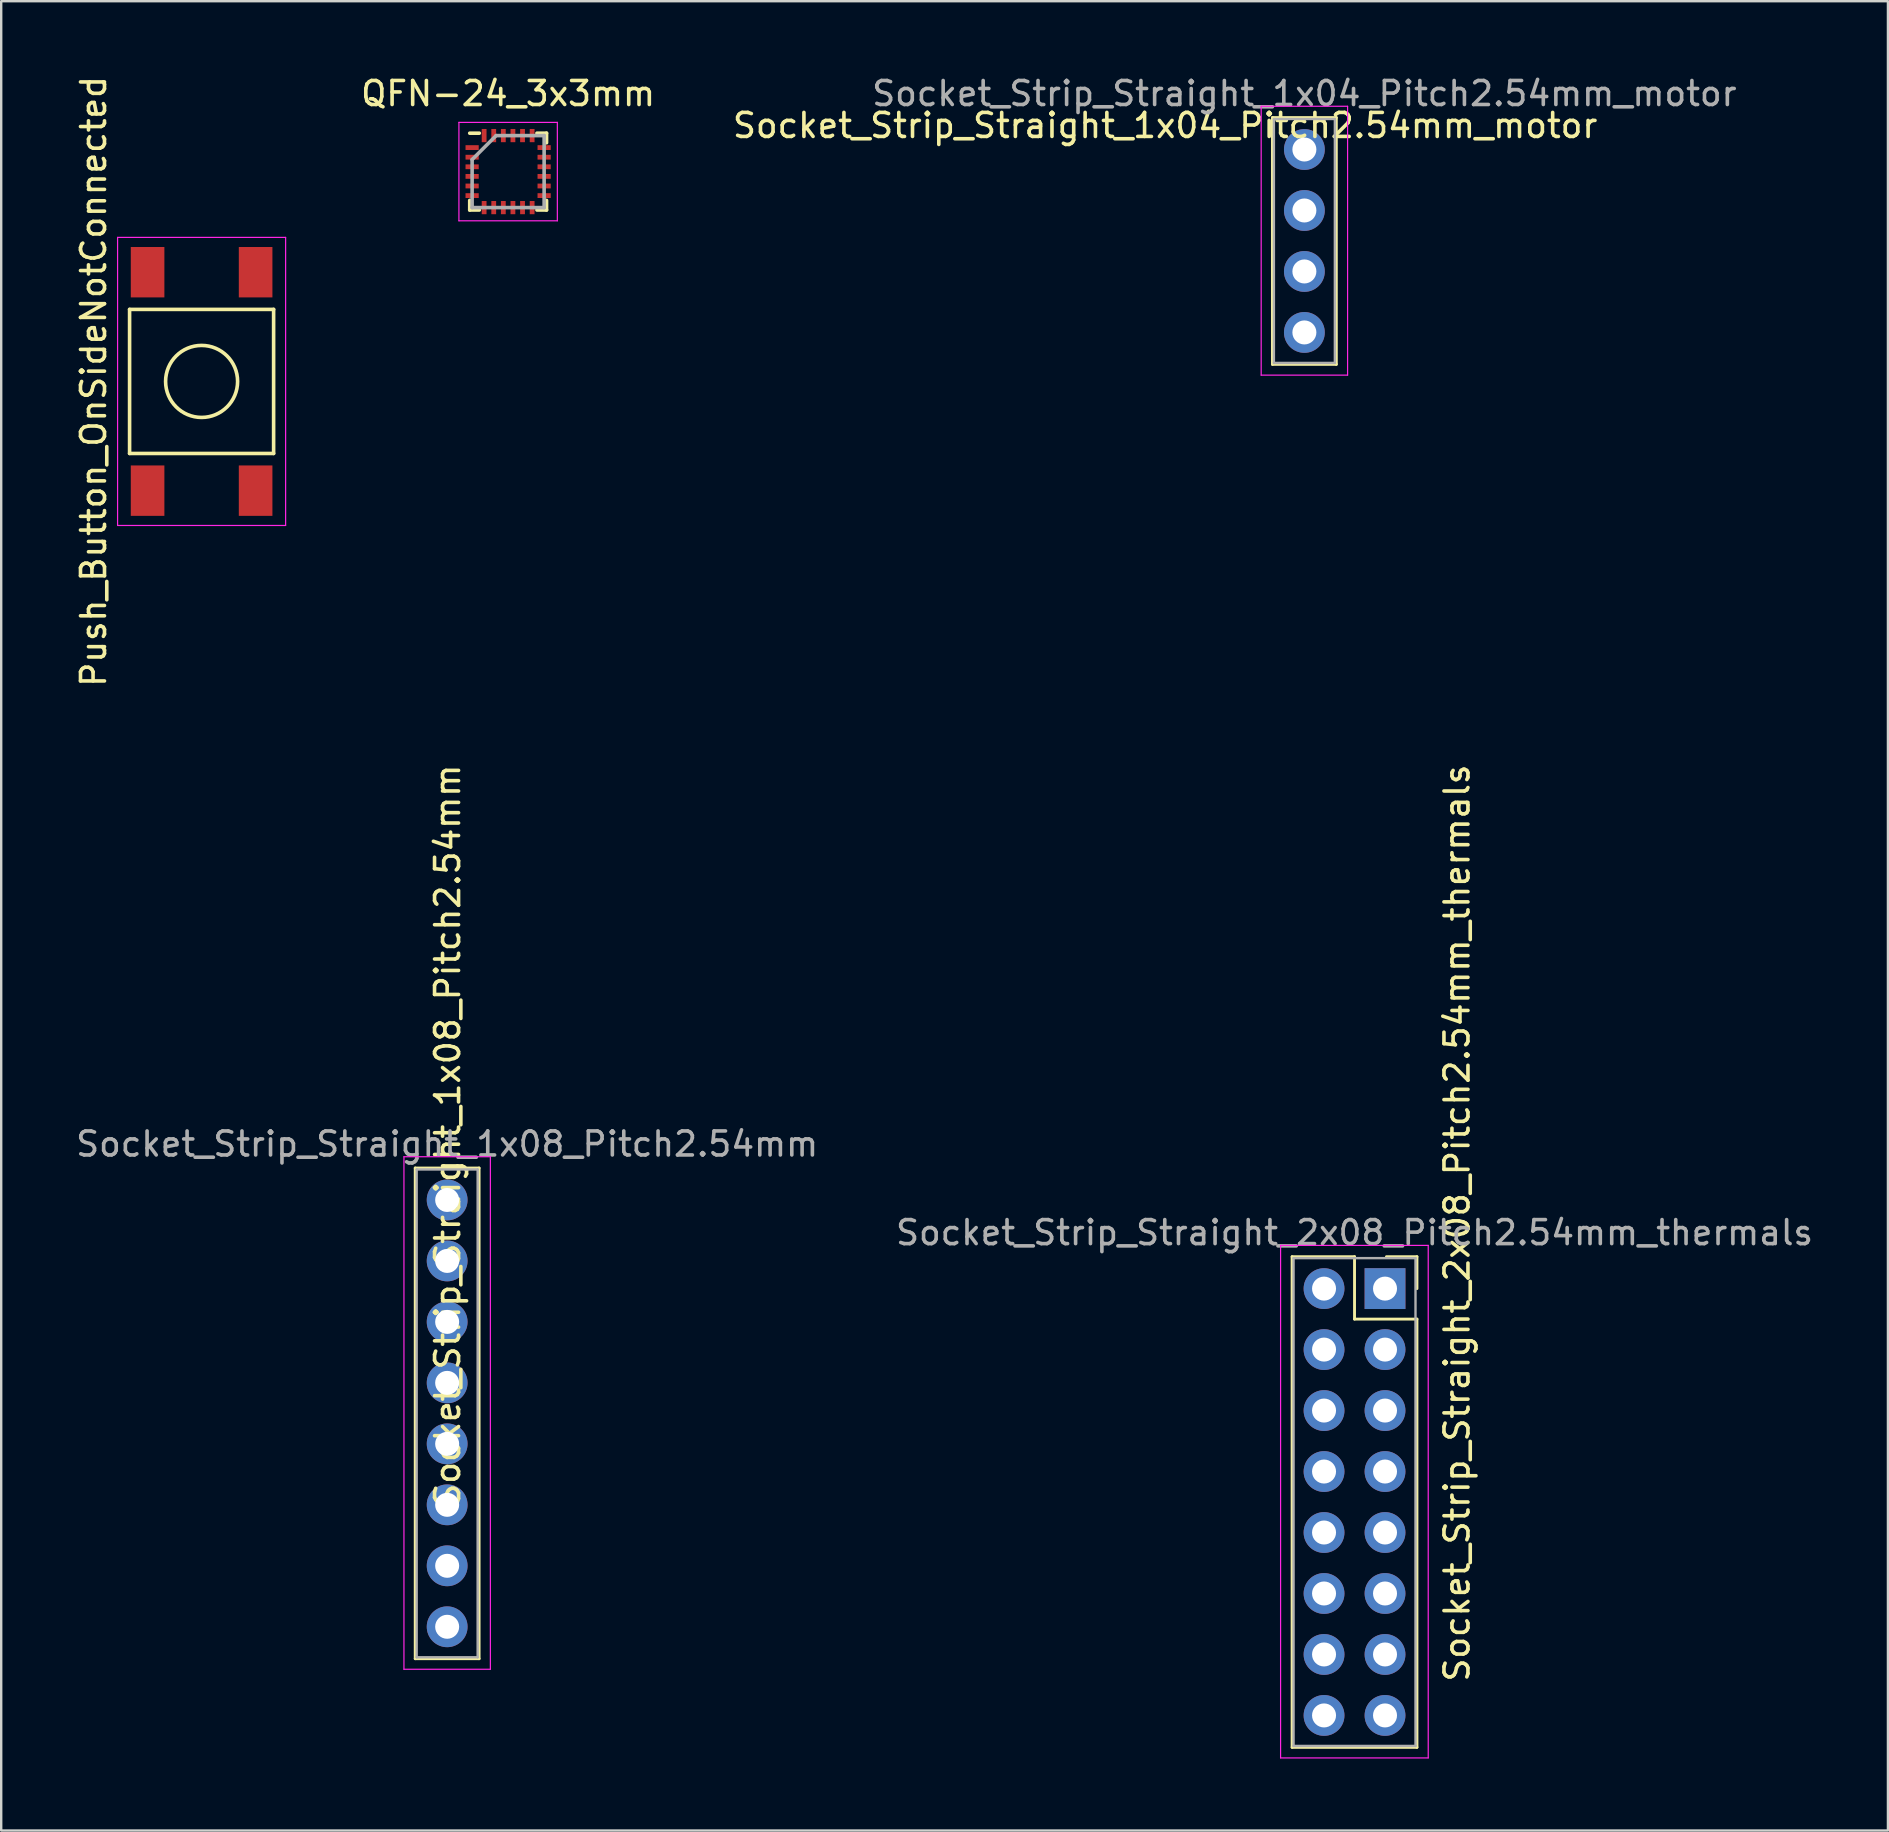
<source format=kicad_pcb>
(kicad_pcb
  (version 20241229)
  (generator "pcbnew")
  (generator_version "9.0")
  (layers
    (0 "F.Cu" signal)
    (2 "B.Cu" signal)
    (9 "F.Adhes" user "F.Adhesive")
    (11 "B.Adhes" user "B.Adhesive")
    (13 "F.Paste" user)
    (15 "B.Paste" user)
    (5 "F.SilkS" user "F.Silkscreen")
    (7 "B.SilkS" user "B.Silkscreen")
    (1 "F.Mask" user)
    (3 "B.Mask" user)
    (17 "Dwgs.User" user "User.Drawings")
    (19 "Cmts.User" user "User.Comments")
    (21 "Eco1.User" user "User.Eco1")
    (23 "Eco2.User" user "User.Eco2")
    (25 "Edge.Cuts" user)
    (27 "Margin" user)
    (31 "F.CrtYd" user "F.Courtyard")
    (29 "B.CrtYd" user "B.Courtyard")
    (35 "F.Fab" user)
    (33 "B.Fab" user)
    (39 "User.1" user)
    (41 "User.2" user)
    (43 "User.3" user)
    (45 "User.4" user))
  (footprint "QFN-24_3x3mm"
    (layer "F.Cu")
    (at 18.117 4.098)
    (property "Reference" "QFN-24_3x3mm" (at 0 -3.25 0) (layer "F.SilkS") (effects (font (size 1 1) (thickness 0.15))))
    (attr smd)
    (fp_line (start -1.6 -1.6) (end -1.2 -1.6) (stroke (width 0.15) (type solid)) (layer "F.SilkS"))
    (fp_line (start -1.6 1.6) (end -1.6 1.2) (stroke (width 0.15) (type solid)) (layer "F.SilkS"))
    (fp_line (start -1.6 1.6) (end -1.2 1.6) (stroke (width 0.15) (type solid)) (layer "F.SilkS"))
    (fp_line (start 1.6 -1.6) (end 1.2 -1.6) (stroke (width 0.15) (type solid)) (layer "F.SilkS"))
    (fp_line (start 1.6 -1.6) (end 1.6 -1.2) (stroke (width 0.15) (type solid)) (layer "F.SilkS"))
    (fp_line (start 1.6 1.6) (end 1.2 1.6) (stroke (width 0.15) (type solid)) (layer "F.SilkS"))
    (fp_line (start 1.6 1.6) (end 1.6 1.2) (stroke (width 0.15) (type solid)) (layer "F.SilkS"))
    (fp_line (start -2.05 -2.05) (end 2.05 -2.05) (stroke (width 0.05) (type solid)) (layer "F.CrtYd"))
    (fp_line (start -2.05 2.05) (end -2.05 -2.05) (stroke (width 0.05) (type solid)) (layer "F.CrtYd"))
    (fp_line (start 2.05 -2.05) (end 2.05 2.05) (stroke (width 0.05) (type solid)) (layer "F.CrtYd"))
    (fp_line (start 2.05 2.05) (end -2.05 2.05) (stroke (width 0.05) (type solid)) (layer "F.CrtYd"))
    (fp_line (start -1.5 -0.5) (end -0.5 -1.5) (stroke (width 0.15) (type solid)) (layer "F.Fab"))
    (fp_line (start -1.5 1.5) (end -1.5 -0.5) (stroke (width 0.15) (type solid)) (layer "F.Fab"))
    (fp_line (start -0.5 -1.5) (end 1.5 -1.5) (stroke (width 0.15) (type solid)) (layer "F.Fab"))
    (fp_line (start 1.5 -1.5) (end 1.5 1.5) (stroke (width 0.15) (type solid)) (layer "F.Fab"))
    (fp_line (start 1.5 1.5) (end -1.5 1.5) (stroke (width 0.15) (type solid)) (layer "F.Fab"))
    (pad "" smd rect (at 0 0) (size 1.75 1.75) (layers "F.Mask"))
    (pad "1" smd rect (at -1.5 -1) (size 0.55 0.2) (layers "F.Cu" "F.Mask" "F.Paste"))
    (pad "2" smd rect (at -1.5 -0.6) (size 0.55 0.2) (layers "F.Cu" "F.Mask" "F.Paste"))
    (pad "3" smd rect (at -1.5 -0.2) (size 0.55 0.2) (layers "F.Cu" "F.Mask" "F.Paste"))
    (pad "4" smd rect (at -1.5 0.2) (size 0.55 0.2) (layers "F.Cu" "F.Mask" "F.Paste"))
    (pad "5" smd rect (at -1.5 0.6) (size 0.55 0.2) (layers "F.Cu" "F.Mask" "F.Paste"))
    (pad "6" smd rect (at -1.5 1) (size 0.55 0.2) (layers "F.Cu" "F.Mask" "F.Paste"))
    (pad "7" smd rect (at -1 1.5 90) (size 0.55 0.2) (layers "F.Cu" "F.Mask" "F.Paste"))
    (pad "8" smd rect (at -0.6 1.5 90) (size 0.55 0.2) (layers "F.Cu" "F.Mask" "F.Paste"))
    (pad "9" smd rect (at -0.2 1.5 90) (size 0.55 0.2) (layers "F.Cu" "F.Mask" "F.Paste"))
    (pad "10" smd rect (at 0.2 1.5 90) (size 0.55 0.2) (layers "F.Cu" "F.Mask" "F.Paste"))
    (pad "11" smd rect (at 0.6 1.5 90) (size 0.55 0.2) (layers "F.Cu" "F.Mask" "F.Paste"))
    (pad "12" smd rect (at 1 1.5 90) (size 0.55 0.2) (layers "F.Cu" "F.Mask" "F.Paste"))
    (pad "13" smd rect (at 1.5 1) (size 0.55 0.2) (layers "F.Cu" "F.Mask" "F.Paste"))
    (pad "14" smd rect (at 1.5 0.6) (size 0.55 0.2) (layers "F.Cu" "F.Mask" "F.Paste"))
    (pad "15" smd rect (at 1.5 0.2) (size 0.55 0.2) (layers "F.Cu" "F.Mask" "F.Paste"))
    (pad "16" smd rect (at 1.5 -0.2) (size 0.55 0.2) (layers "F.Cu" "F.Mask" "F.Paste"))
    (pad "17" smd rect (at 1.5 -0.6) (size 0.55 0.2) (layers "F.Cu" "F.Mask" "F.Paste"))
    (pad "18" smd rect (at 1.5 -1) (size 0.55 0.2) (layers "F.Cu" "F.Mask" "F.Paste"))
    (pad "19" smd rect (at 1 -1.5 90) (size 0.55 0.2) (layers "F.Cu" "F.Mask" "F.Paste"))
    (pad "20" smd rect (at 0.6 -1.5 90) (size 0.55 0.2) (layers "F.Cu" "F.Mask" "F.Paste"))
    (pad "21" smd rect (at 0.2 -1.5 90) (size 0.55 0.2) (layers "F.Cu" "F.Mask" "F.Paste"))
    (pad "22" smd rect (at -0.2 -1.5 90) (size 0.55 0.2) (layers "F.Cu" "F.Mask" "F.Paste"))
    (pad "23" smd rect (at -0.6 -1.5 90) (size 0.55 0.2) (layers "F.Cu" "F.Mask" "F.Paste"))
    (pad "24" smd rect (at -1 -1.5 90) (size 0.55 0.2) (layers "F.Cu" "F.Mask" "F.Paste")))
  (footprint "Socket_Strip_Straight_2x08_Pitch2.54mm_thermals"
    (layer "F.Cu")
    (at 54.645 50.629)
    (property "Reference" "Socket_Strip_Straight_2x08_Pitch2.54mm_thermals" (at 3 -2.73 90) (layer "F.SilkS") (effects (font (size 1 1) (thickness 0.15))))
    (attr through_hole)
    (fp_line (start -3.87 -1.33) (end -1.27 -1.33) (stroke (width 0.12) (type solid)) (layer "F.SilkS"))
    (fp_line (start -3.87 19.11) (end -3.87 -1.33) (stroke (width 0.12) (type solid)) (layer "F.SilkS"))
    (fp_line (start -1.27 -1.33) (end -1.27 1.27) (stroke (width 0.12) (type solid)) (layer "F.SilkS"))
    (fp_line (start -1.27 1.27) (end 1.33 1.27) (stroke (width 0.12) (type solid)) (layer "F.SilkS"))
    (fp_line (start 1.33 -1.33) (end 0.06 -1.33) (stroke (width 0.12) (type solid)) (layer "F.SilkS"))
    (fp_line (start 1.33 0) (end 1.33 -1.33) (stroke (width 0.12) (type solid)) (layer "F.SilkS"))
    (fp_line (start 1.33 1.27) (end 1.33 19.11) (stroke (width 0.12) (type solid)) (layer "F.SilkS"))
    (fp_line (start 1.33 19.11) (end -3.87 19.11) (stroke (width 0.12) (type solid)) (layer "F.SilkS"))
    (fp_line (start -4.35 -1.8) (end -4.35 19.55) (stroke (width 0.05) (type solid)) (layer "F.CrtYd"))
    (fp_line (start -4.35 19.55) (end 1.8 19.55) (stroke (width 0.05) (type solid)) (layer "F.CrtYd"))
    (fp_line (start 1.8 -1.8) (end -4.35 -1.8) (stroke (width 0.05) (type solid)) (layer "F.CrtYd"))
    (fp_line (start 1.8 19.55) (end 1.8 -1.8) (stroke (width 0.05) (type solid)) (layer "F.CrtYd"))
    (fp_line (start -3.81 -1.27) (end -3.81 19.05) (stroke (width 0.1) (type solid)) (layer "F.Fab"))
    (fp_line (start -3.81 19.05) (end 1.27 19.05) (stroke (width 0.1) (type solid)) (layer "F.Fab"))
    (fp_line (start 1.27 -1.27) (end -3.81 -1.27) (stroke (width 0.1) (type solid)) (layer "F.Fab"))
    (fp_line (start 1.27 19.05) (end 1.27 -1.27) (stroke (width 0.1) (type solid)) (layer "F.Fab"))
    (fp_text user "${REFERENCE}" (at -1.27 -2.33 0) (layer "F.Fab") (effects (font (size 1 1) (thickness 0.15))))
    (pad "1" thru_hole rect (at 0 0) (size 1.7 1.7) (drill 1) (layers "*.Cu" "*.Mask"))
    (pad "2" thru_hole oval (at -2.54 0) (size 1.7 1.7) (drill 1) (layers "*.Cu" "*.Mask"))
    (pad "3" thru_hole oval (at 0 2.54) (size 1.7 1.7) (drill 1) (layers "*.Cu" "*.Mask"))
    (pad "4" thru_hole oval (at -2.54 2.54) (size 1.7 1.7) (drill 1) (layers "*.Cu" "*.Mask"))
    (pad "5" thru_hole oval (at 0 5.08) (size 1.7 1.7) (drill 1) (layers "*.Cu" "*.Mask"))
    (pad "6" thru_hole oval (at -2.54 5.08) (size 1.7 1.7) (drill 1) (layers "*.Cu" "*.Mask"))
    (pad "7" thru_hole oval (at 0 7.62) (size 1.7 1.7) (drill 1) (layers "*.Cu" "*.Mask"))
    (pad "8" thru_hole oval (at -2.54 7.62) (size 1.7 1.7) (drill 1) (layers "*.Cu" "*.Mask"))
    (pad "9" thru_hole oval (at 0 10.16) (size 1.7 1.7) (drill 1) (layers "*.Cu" "*.Mask"))
    (pad "10" thru_hole oval (at -2.54 10.16) (size 1.7 1.7) (drill 1) (layers "*.Cu" "*.Mask"))
    (pad "11" thru_hole oval (at 0 12.7) (size 1.7 1.7) (drill 1) (layers "*.Cu" "*.Mask"))
    (pad "12" thru_hole oval (at -2.54 12.7) (size 1.7 1.7) (drill 1) (layers "*.Cu" "*.Mask"))
    (pad "13" thru_hole oval (at 0 15.24) (size 1.7 1.7) (drill 1) (layers "*.Cu" "*.Mask"))
    (pad "14" thru_hole oval (at -2.54 15.24) (size 1.7 1.7) (drill 1) (layers "*.Cu" "*.Mask"))
    (pad "15" thru_hole oval (at 0 17.78) (size 1.7 1.7) (drill 1) (layers "*.Cu" "*.Mask"))
    (pad "16" thru_hole oval (at -2.54 17.78) (size 1.7 1.7) (drill 1) (layers "*.Cu" "*.Mask")))
  (footprint "Socket_Strip_Straight_1x04_Pitch2.54mm_motor"
    (layer "F.Cu")
    (at 51.286 3.178)
    (property "Reference" "Socket_Strip_Straight_1x04_Pitch2.54mm_motor" (at -5.8 -1 0) (layer "F.SilkS") (effects (font (size 1 1) (thickness 0.15))))
    (attr through_hole)
    (fp_line (start -1.33 -1.33) (end -1.33 8.95) (stroke (width 0.12) (type solid)) (layer "F.SilkS"))
    (fp_line (start -1.33 -1.33) (end 1.33 -1.33) (stroke (width 0.12) (type solid)) (layer "F.SilkS"))
    (fp_line (start -1.33 8.95) (end 1.33 8.95) (stroke (width 0.12) (type solid)) (layer "F.SilkS"))
    (fp_line (start 1.33 8.95) (end 1.33 -1.33) (stroke (width 0.12) (type solid)) (layer "F.SilkS"))
    (fp_line (start -1.8 -1.8) (end -1.8 9.4) (stroke (width 0.05) (type solid)) (layer "F.CrtYd"))
    (fp_line (start -1.8 9.4) (end 1.8 9.4) (stroke (width 0.05) (type solid)) (layer "F.CrtYd"))
    (fp_line (start 1.8 -1.8) (end -1.8 -1.8) (stroke (width 0.05) (type solid)) (layer "F.CrtYd"))
    (fp_line (start 1.8 9.4) (end 1.8 -1.8) (stroke (width 0.05) (type solid)) (layer "F.CrtYd"))
    (fp_line (start -1.27 -1.27) (end -1.27 8.89) (stroke (width 0.1) (type solid)) (layer "F.Fab"))
    (fp_line (start -1.27 8.89) (end 1.27 8.89) (stroke (width 0.1) (type solid)) (layer "F.Fab"))
    (fp_line (start 1.27 -1.27) (end -1.27 -1.27) (stroke (width 0.1) (type solid)) (layer "F.Fab"))
    (fp_line (start 1.27 8.89) (end 1.27 -1.27) (stroke (width 0.1) (type solid)) (layer "F.Fab"))
    (fp_text user "${REFERENCE}" (at 0 -2.33 0) (layer "F.Fab") (effects (font (size 1 1) (thickness 0.15))))
    (pad "1" thru_hole oval (at 0 0) (size 1.7 1.7) (drill 1) (layers "*.Cu" "*.Mask"))
    (pad "2" thru_hole oval (at 0 2.54) (size 1.7 1.7) (drill 1) (layers "*.Cu" "*.Mask"))
    (pad "3" thru_hole oval (at 0 5.08) (size 1.7 1.7) (drill 1) (layers "*.Cu" "*.Mask"))
    (pad "4" thru_hole oval (at 0 7.62) (size 1.7 1.7) (drill 1) (layers "*.Cu" "*.Mask")))
  (footprint "Socket_Strip_Straight_1x08_Pitch2.54mm"
    (layer "F.Cu")
    (at 15.577 46.936)
    (property "Reference" "Socket_Strip_Straight_1x08_Pitch2.54mm" (at 0.02 -2.68 90) (layer "F.SilkS") (effects (font (size 1 1) (thickness 0.15))))
    (attr through_hole)
    (fp_line (start -1.33 -1.33) (end -1.33 19.11) (stroke (width 0.12) (type solid)) (layer "F.SilkS"))
    (fp_line (start -1.33 -1.33) (end 1.33 -1.33) (stroke (width 0.12) (type solid)) (layer "F.SilkS"))
    (fp_line (start -1.33 19.11) (end 1.33 19.11) (stroke (width 0.12) (type solid)) (layer "F.SilkS"))
    (fp_line (start 1.33 19.11) (end 1.33 -1.33) (stroke (width 0.12) (type solid)) (layer "F.SilkS"))
    (fp_line (start -1.8 -1.8) (end -1.8 19.55) (stroke (width 0.05) (type solid)) (layer "F.CrtYd"))
    (fp_line (start -1.8 19.55) (end 1.8 19.55) (stroke (width 0.05) (type solid)) (layer "F.CrtYd"))
    (fp_line (start 1.8 -1.8) (end -1.8 -1.8) (stroke (width 0.05) (type solid)) (layer "F.CrtYd"))
    (fp_line (start 1.8 19.55) (end 1.8 -1.8) (stroke (width 0.05) (type solid)) (layer "F.CrtYd"))
    (fp_line (start -1.27 -1.27) (end -1.27 19.05) (stroke (width 0.1) (type solid)) (layer "F.Fab"))
    (fp_line (start -1.27 19.05) (end 1.27 19.05) (stroke (width 0.1) (type solid)) (layer "F.Fab"))
    (fp_line (start 1.27 -1.27) (end -1.27 -1.27) (stroke (width 0.1) (type solid)) (layer "F.Fab"))
    (fp_line (start 1.27 19.05) (end 1.27 -1.27) (stroke (width 0.1) (type solid)) (layer "F.Fab"))
    (fp_text user "${REFERENCE}" (at 0 -2.33 0) (layer "F.Fab") (effects (font (size 1 1) (thickness 0.15))))
    (pad "1" thru_hole oval (at 0 0) (size 1.7 1.7) (drill 1) (layers "*.Cu" "*.Mask"))
    (pad "2" thru_hole oval (at 0 2.54) (size 1.7 1.7) (drill 1) (layers "*.Cu" "*.Mask"))
    (pad "3" thru_hole oval (at 0 5.08) (size 1.7 1.7) (drill 1) (layers "*.Cu" "*.Mask"))
    (pad "4" thru_hole oval (at 0 7.62) (size 1.7 1.7) (drill 1) (layers "*.Cu" "*.Mask"))
    (pad "5" thru_hole oval (at 0 10.16) (size 1.7 1.7) (drill 1) (layers "*.Cu" "*.Mask"))
    (pad "6" thru_hole oval (at 0 12.7) (size 1.7 1.7) (drill 1) (layers "*.Cu" "*.Mask"))
    (pad "7" thru_hole oval (at 0 15.24) (size 1.7 1.7) (drill 1) (layers "*.Cu" "*.Mask"))
    (pad "8" thru_hole oval (at 0 17.78) (size 1.7 1.7) (drill 1) (layers "*.Cu" "*.Mask")))
  (footprint "Push_Button_OnSideNotConnected"
    (layer "F.Cu")
    (at 5.348 12.839)
    (property "Reference" "Push_Button_OnSideNotConnected" (at -4.5 0 90) (layer "F.SilkS") (effects (font (size 1 1) (thickness 0.15))))
    (attr through_hole)
    (fp_line (start -3 -3) (end 3 -3) (stroke (width 0.15) (type solid)) (layer "F.SilkS"))
    (fp_line (start -3 3) (end -3 -3) (stroke (width 0.15) (type solid)) (layer "F.SilkS"))
    (fp_line (start 3 -3) (end 3 3) (stroke (width 0.15) (type solid)) (layer "F.SilkS"))
    (fp_line (start 3 3) (end -3 3) (stroke (width 0.15) (type solid)) (layer "F.SilkS"))
    (fp_circle (center 0 0) (end 1.5 0) (stroke (width 0.15) (type solid)) (fill no) (layer "F.SilkS"))
    (fp_line (start -3.5 -6) (end 3.5 -6) (stroke (width 0.05) (type solid)) (layer "F.CrtYd"))
    (fp_line (start -3.5 6) (end -3.5 -6) (stroke (width 0.05) (type solid)) (layer "F.CrtYd"))
    (fp_line (start 3.5 -6) (end 3.5 6) (stroke (width 0.05) (type solid)) (layer "F.CrtYd"))
    (fp_line (start 3.5 6) (end -3.5 6) (stroke (width 0.05) (type solid)) (layer "F.CrtYd"))
    (pad "" smd rect (at -2.25 -4.55) (size 1.4 2.1) (layers "F.Cu" "F.Mask" "F.Paste"))
    (pad "" smd rect (at 2.25 -4.55) (size 1.4 2.1) (layers "F.Cu" "F.Mask" "F.Paste"))
    (pad "1" smd rect (at 2.25 4.55) (size 1.4 2.1) (layers "F.Cu" "F.Mask" "F.Paste"))
    (pad "2" smd rect (at -2.25 4.55) (size 1.4 2.1) (layers "F.Cu" "F.Mask" "F.Paste")))
  (gr_rect
    (start -3 -3)
    (end 75.595 73.204)
    (stroke (width 0.1) (type default))
    (fill no)
    (layer "Edge.Cuts")))
</source>
